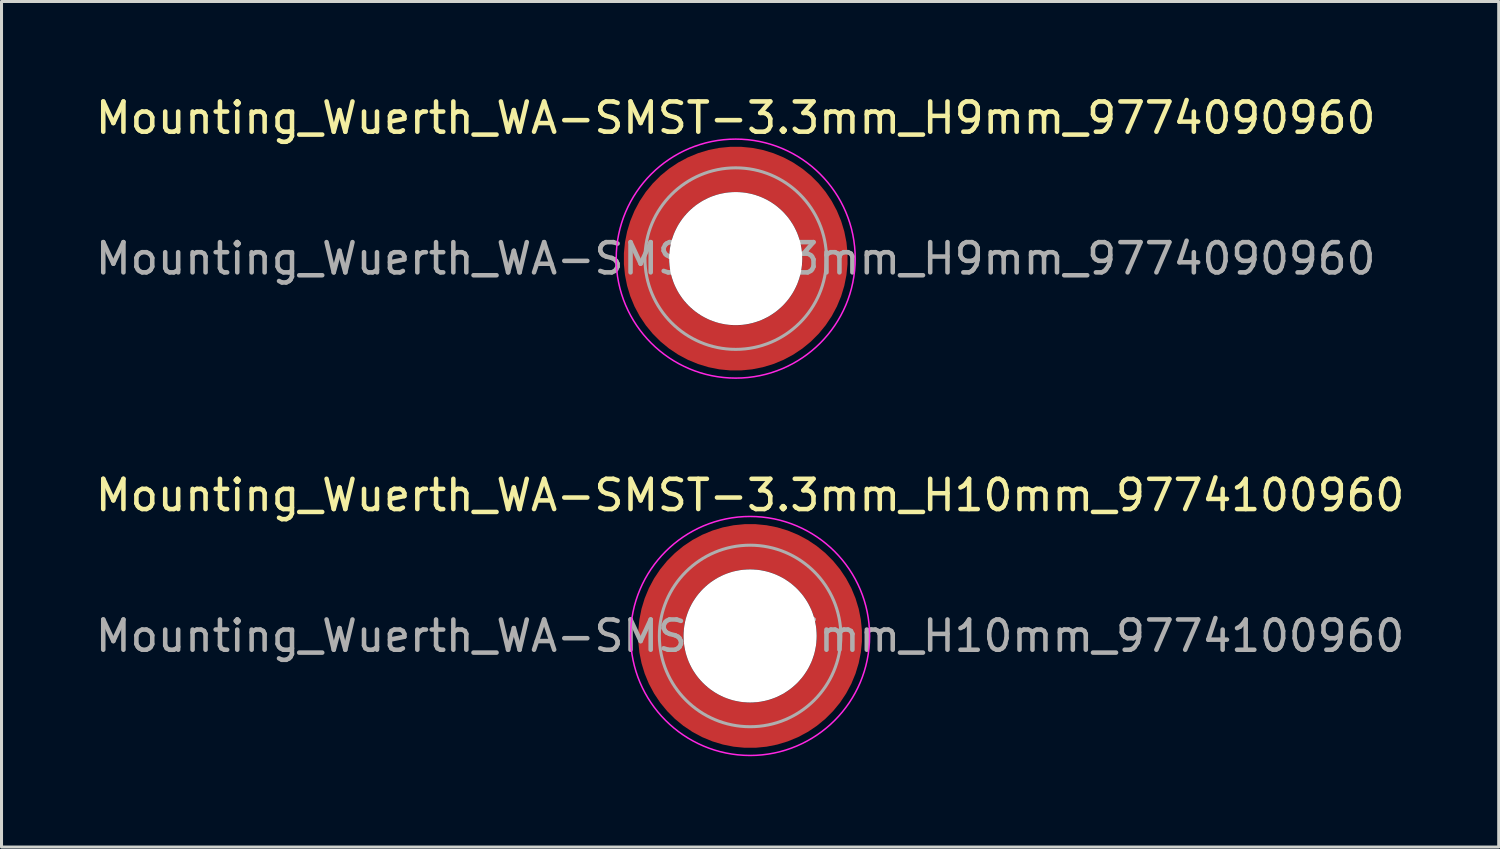
<source format=kicad_pcb>
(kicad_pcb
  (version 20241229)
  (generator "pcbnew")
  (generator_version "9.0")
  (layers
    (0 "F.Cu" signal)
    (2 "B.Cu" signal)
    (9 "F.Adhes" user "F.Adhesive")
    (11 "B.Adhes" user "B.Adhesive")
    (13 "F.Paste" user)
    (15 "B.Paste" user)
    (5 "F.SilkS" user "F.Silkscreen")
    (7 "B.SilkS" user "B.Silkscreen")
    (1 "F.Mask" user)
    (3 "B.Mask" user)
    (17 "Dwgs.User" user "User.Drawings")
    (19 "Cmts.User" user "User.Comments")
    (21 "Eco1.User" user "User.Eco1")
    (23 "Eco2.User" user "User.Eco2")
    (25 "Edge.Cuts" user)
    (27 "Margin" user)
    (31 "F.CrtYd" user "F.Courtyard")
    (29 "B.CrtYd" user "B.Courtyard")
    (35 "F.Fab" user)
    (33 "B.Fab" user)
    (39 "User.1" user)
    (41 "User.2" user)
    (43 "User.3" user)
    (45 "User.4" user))
  (footprint "Mounting_Wuerth_WA-SMST-3.3mm_H9mm_9774090960"
    (layer "F.Cu")
    (at 21.268 5.498)
    (property "Reference" "Mounting_Wuerth_WA-SMST-3.3mm_H9mm_9774090960" (at 0 -4.65 0) (layer "F.SilkS") (effects (font (size 1 1) (thickness 0.15))))
    (property "Mouser Part no." "" (at 0 0 0) (layer "F.Fab") (effects (font (size 1.27 1.27) (thickness 0.15))))
    (property "Mouser link" "" (at 0 0 0) (layer "F.Fab") (effects (font (size 1.27 1.27) (thickness 0.15))))
    (attr smd)
    (fp_circle (center 0 0) (end 3.95 0) (stroke (width 0.05) (type solid)) (fill no) (layer "F.CrtYd"))
    (fp_circle (center 0 0) (end 3 0) (stroke (width 0.1) (type solid)) (fill no) (layer "F.Fab"))
    (fp_text user "${REFERENCE}" (at 0 0 0) (layer "F.Fab") (effects (font (size 1 1) (thickness 0.15))))
    (pad "" smd custom (at -2.058 -2.058) (size 0.7 0.7) (layers "F.Paste") (options (anchor circle)) (primitives (gr_arc (start -0.377294 1.707681) (mid 0.317579 0.318817) (end 1.705947 -0.377044) (width 0.2)) (gr_arc (start -0.478281 1.707681) (mid 0.246161 0.248814) (end 1.703965 -0.477765) (width 0.2)) (gr_arc (start -0.579192 1.707681) (mid 0.175492 0.178063) (end 1.704077 -0.578711) (width 0.2)) (gr_arc (start -0.680037 1.707681) (mid 0.105568 0.106564) (end 1.706284 -0.679858) (width 0.2)) (gr_arc (start -0.780822 1.707681) (mid 0.034627 0.036085) (end 1.705634 -0.780569) (width 0.2)) (gr_arc (start -0.881554 1.707681) (mid -0.035694 -0.035016) (end 1.706729 -0.881441) (width 0.2)) (gr_arc (start -0.982237 1.707681) (mid -0.107281 -0.10485) (end 1.704266 -0.981842) (width 0.2)) (gr_arc (start -1.082877 1.707681) (mid -0.178372 -0.175181) (end 1.703197 -1.082374) (width 0.2)) (gr_arc (start -1.183476 1.707681) (mid -0.248964 -0.246008) (end 1.703525 -1.183025) (width 0.2)) (gr_arc (start -1.28404 1.707681) (mid -0.319062 -0.317333) (end 1.70525 -1.283784) (width 0.2)) (gr_line (start 1.708 -0.377) (end 1.708 -1.284) (width 0.2)) (gr_line (start -0.377 1.708) (end -1.284 1.708) (width 0.2))))
    (pad "" smd custom (at -2.058 2.058) (size 0.7 0.7) (layers "F.Paste") (options (anchor circle)) (primitives (gr_arc (start 1.707681 0.377294) (mid 0.318817 -0.317579) (end -0.377044 -1.705947) (width 0.2)) (gr_arc (start 1.707681 0.478281) (mid 0.248814 -0.246161) (end -0.477765 -1.703965) (width 0.2)) (gr_arc (start 1.707681 0.579192) (mid 0.178063 -0.175492) (end -0.578711 -1.704077) (width 0.2)) (gr_arc (start 1.707681 0.680037) (mid 0.106564 -0.105568) (end -0.679858 -1.706284) (width 0.2)) (gr_arc (start 1.707681 0.780822) (mid 0.036085 -0.034627) (end -0.780569 -1.705634) (width 0.2)) (gr_arc (start 1.707681 0.881554) (mid -0.035016 0.035694) (end -0.881441 -1.706729) (width 0.2)) (gr_arc (start 1.707681 0.982237) (mid -0.10485 0.107281) (end -0.981842 -1.704266) (width 0.2)) (gr_arc (start 1.707681 1.082877) (mid -0.175181 0.178372) (end -1.082374 -1.703197) (width 0.2)) (gr_arc (start 1.707681 1.183476) (mid -0.246008 0.248964) (end -1.183025 -1.703525) (width 0.2)) (gr_arc (start 1.707681 1.28404) (mid -0.317333 0.319062) (end -1.283784 -1.70525) (width 0.2)) (gr_line (start -0.377 -1.708) (end -1.284 -1.708) (width 0.2)) (gr_line (start 1.708 0.377) (end 1.708 1.284) (width 0.2))))
    (pad "" np_thru_hole circle (at 0 0) (size 4.4 4.4) (drill 4.4) (layers "*.Cu" "*.Mask"))
    (pad "" smd custom (at 2.058 -2.058) (size 0.7 0.7) (layers "F.Paste") (options (anchor circle)) (primitives (gr_arc (start -1.707681 -0.377294) (mid -0.318817 0.317579) (end 0.377044 1.705947) (width 0.2)) (gr_arc (start -1.707681 -0.478281) (mid -0.248814 0.246161) (end 0.477765 1.703965) (width 0.2)) (gr_arc (start -1.707681 -0.579192) (mid -0.178063 0.175492) (end 0.578711 1.704077) (width 0.2)) (gr_arc (start -1.707681 -0.680037) (mid -0.106564 0.105568) (end 0.679858 1.706284) (width 0.2)) (gr_arc (start -1.707681 -0.780822) (mid -0.036085 0.034627) (end 0.780569 1.705634) (width 0.2)) (gr_arc (start -1.707681 -0.881554) (mid 0.035016 -0.035694) (end 0.881441 1.706729) (width 0.2)) (gr_arc (start -1.707681 -0.982237) (mid 0.10485 -0.107281) (end 0.981842 1.704266) (width 0.2)) (gr_arc (start -1.707681 -1.082877) (mid 0.175181 -0.178372) (end 1.082374 1.703197) (width 0.2)) (gr_arc (start -1.707681 -1.183476) (mid 0.246008 -0.248964) (end 1.183025 1.703525) (width 0.2)) (gr_arc (start -1.707681 -1.28404) (mid 0.317333 -0.319062) (end 1.283784 1.70525) (width 0.2)) (gr_line (start 0.377 1.708) (end 1.284 1.708) (width 0.2)) (gr_line (start -1.708 -0.377) (end -1.708 -1.284) (width 0.2))))
    (pad "" smd custom (at 2.058 2.058) (size 0.7 0.7) (layers "F.Paste") (options (anchor circle)) (primitives (gr_arc (start 0.377294 -1.707681) (mid -0.317579 -0.318817) (end -1.705947 0.377044) (width 0.2)) (gr_arc (start 0.478281 -1.707681) (mid -0.246161 -0.248814) (end -1.703965 0.477765) (width 0.2)) (gr_arc (start 0.579192 -1.707681) (mid -0.175492 -0.178063) (end -1.704077 0.578711) (width 0.2)) (gr_arc (start 0.680037 -1.707681) (mid -0.105568 -0.106564) (end -1.706284 0.679858) (width 0.2)) (gr_arc (start 0.780822 -1.707681) (mid -0.034627 -0.036085) (end -1.705634 0.780569) (width 0.2)) (gr_arc (start 0.881554 -1.707681) (mid 0.035694 0.035016) (end -1.706729 0.881441) (width 0.2)) (gr_arc (start 0.982237 -1.707681) (mid 0.107281 0.10485) (end -1.704266 0.981842) (width 0.2)) (gr_arc (start 1.082877 -1.707681) (mid 0.178372 0.175181) (end -1.703197 1.082374) (width 0.2)) (gr_arc (start 1.183476 -1.707681) (mid 0.248964 0.246008) (end -1.703525 1.183025) (width 0.2)) (gr_arc (start 1.28404 -1.707681) (mid 0.319062 0.317333) (end -1.70525 1.283784) (width 0.2)) (gr_line (start -1.708 0.377) (end -1.708 1.284) (width 0.2)) (gr_line (start 0.377 -1.708) (end 1.284 -1.708) (width 0.2))))
    (pad "1" smd circle (at -2.95 0) (size 1.1 1.1) (layers "F.Cu"))
    (pad "1" smd circle (at 0 -2.95) (size 1.1 1.1) (layers "F.Cu"))
    (pad "1" smd circle (at 0 2.95) (size 1.1 1.1) (layers "F.Cu"))
    (pad "1" smd custom (at 2.95 0) (size 1.1 1.1) (layers "F.Cu" "F.Mask") (options (anchor circle)) (primitives (gr_circle (center -2.95 0) (end 0 0) (width 1.5) (fill no)))))
  (footprint "Mounting_Wuerth_WA-SMST-3.3mm_H10mm_9774100960"
    (layer "F.Cu")
    (at 21.744 17.971)
    (property "Reference" "Mounting_Wuerth_WA-SMST-3.3mm_H10mm_9774100960" (at 0 -4.65 0) (layer "F.SilkS") (effects (font (size 1 1) (thickness 0.15))))
    (property "Mouser Part no." "" (at 0 0 0) (layer "F.Fab") (effects (font (size 1.27 1.27) (thickness 0.15))))
    (property "Mouser link" "" (at 0 0 0) (layer "F.Fab") (effects (font (size 1.27 1.27) (thickness 0.15))))
    (attr smd)
    (fp_circle (center 0 0) (end 3.95 0) (stroke (width 0.05) (type solid)) (fill no) (layer "F.CrtYd"))
    (fp_circle (center 0 0) (end 3 0) (stroke (width 0.1) (type solid)) (fill no) (layer "F.Fab"))
    (fp_text user "${REFERENCE}" (at 0 0 0) (layer "F.Fab") (effects (font (size 1 1) (thickness 0.15))))
    (pad "" smd custom (at -2.058 -2.058) (size 0.7 0.7) (layers "F.Paste") (options (anchor circle)) (primitives (gr_arc (start -0.377294 1.707681) (mid 0.317579 0.318817) (end 1.705947 -0.377044) (width 0.2)) (gr_arc (start -0.478281 1.707681) (mid 0.246161 0.248814) (end 1.703965 -0.477765) (width 0.2)) (gr_arc (start -0.579192 1.707681) (mid 0.175492 0.178063) (end 1.704077 -0.578711) (width 0.2)) (gr_arc (start -0.680037 1.707681) (mid 0.105568 0.106564) (end 1.706284 -0.679858) (width 0.2)) (gr_arc (start -0.780822 1.707681) (mid 0.034627 0.036085) (end 1.705634 -0.780569) (width 0.2)) (gr_arc (start -0.881554 1.707681) (mid -0.035694 -0.035016) (end 1.706729 -0.881441) (width 0.2)) (gr_arc (start -0.982237 1.707681) (mid -0.107281 -0.10485) (end 1.704266 -0.981842) (width 0.2)) (gr_arc (start -1.082877 1.707681) (mid -0.178372 -0.175181) (end 1.703197 -1.082374) (width 0.2)) (gr_arc (start -1.183476 1.707681) (mid -0.248964 -0.246008) (end 1.703525 -1.183025) (width 0.2)) (gr_arc (start -1.28404 1.707681) (mid -0.319062 -0.317333) (end 1.70525 -1.283784) (width 0.2)) (gr_line (start 1.708 -0.377) (end 1.708 -1.284) (width 0.2)) (gr_line (start -0.377 1.708) (end -1.284 1.708) (width 0.2))))
    (pad "" smd custom (at -2.058 2.058) (size 0.7 0.7) (layers "F.Paste") (options (anchor circle)) (primitives (gr_arc (start 1.707681 0.377294) (mid 0.318817 -0.317579) (end -0.377044 -1.705947) (width 0.2)) (gr_arc (start 1.707681 0.478281) (mid 0.248814 -0.246161) (end -0.477765 -1.703965) (width 0.2)) (gr_arc (start 1.707681 0.579192) (mid 0.178063 -0.175492) (end -0.578711 -1.704077) (width 0.2)) (gr_arc (start 1.707681 0.680037) (mid 0.106564 -0.105568) (end -0.679858 -1.706284) (width 0.2)) (gr_arc (start 1.707681 0.780822) (mid 0.036085 -0.034627) (end -0.780569 -1.705634) (width 0.2)) (gr_arc (start 1.707681 0.881554) (mid -0.035016 0.035694) (end -0.881441 -1.706729) (width 0.2)) (gr_arc (start 1.707681 0.982237) (mid -0.10485 0.107281) (end -0.981842 -1.704266) (width 0.2)) (gr_arc (start 1.707681 1.082877) (mid -0.175181 0.178372) (end -1.082374 -1.703197) (width 0.2)) (gr_arc (start 1.707681 1.183476) (mid -0.246008 0.248964) (end -1.183025 -1.703525) (width 0.2)) (gr_arc (start 1.707681 1.28404) (mid -0.317333 0.319062) (end -1.283784 -1.70525) (width 0.2)) (gr_line (start -0.377 -1.708) (end -1.284 -1.708) (width 0.2)) (gr_line (start 1.708 0.377) (end 1.708 1.284) (width 0.2))))
    (pad "" np_thru_hole circle (at 0 0) (size 4.4 4.4) (drill 4.4) (layers "*.Cu" "*.Mask"))
    (pad "" smd custom (at 2.058 -2.058) (size 0.7 0.7) (layers "F.Paste") (options (anchor circle)) (primitives (gr_arc (start -1.707681 -0.377294) (mid -0.318817 0.317579) (end 0.377044 1.705947) (width 0.2)) (gr_arc (start -1.707681 -0.478281) (mid -0.248814 0.246161) (end 0.477765 1.703965) (width 0.2)) (gr_arc (start -1.707681 -0.579192) (mid -0.178063 0.175492) (end 0.578711 1.704077) (width 0.2)) (gr_arc (start -1.707681 -0.680037) (mid -0.106564 0.105568) (end 0.679858 1.706284) (width 0.2)) (gr_arc (start -1.707681 -0.780822) (mid -0.036085 0.034627) (end 0.780569 1.705634) (width 0.2)) (gr_arc (start -1.707681 -0.881554) (mid 0.035016 -0.035694) (end 0.881441 1.706729) (width 0.2)) (gr_arc (start -1.707681 -0.982237) (mid 0.10485 -0.107281) (end 0.981842 1.704266) (width 0.2)) (gr_arc (start -1.707681 -1.082877) (mid 0.175181 -0.178372) (end 1.082374 1.703197) (width 0.2)) (gr_arc (start -1.707681 -1.183476) (mid 0.246008 -0.248964) (end 1.183025 1.703525) (width 0.2)) (gr_arc (start -1.707681 -1.28404) (mid 0.317333 -0.319062) (end 1.283784 1.70525) (width 0.2)) (gr_line (start 0.377 1.708) (end 1.284 1.708) (width 0.2)) (gr_line (start -1.708 -0.377) (end -1.708 -1.284) (width 0.2))))
    (pad "" smd custom (at 2.058 2.058) (size 0.7 0.7) (layers "F.Paste") (options (anchor circle)) (primitives (gr_arc (start 0.377294 -1.707681) (mid -0.317579 -0.318817) (end -1.705947 0.377044) (width 0.2)) (gr_arc (start 0.478281 -1.707681) (mid -0.246161 -0.248814) (end -1.703965 0.477765) (width 0.2)) (gr_arc (start 0.579192 -1.707681) (mid -0.175492 -0.178063) (end -1.704077 0.578711) (width 0.2)) (gr_arc (start 0.680037 -1.707681) (mid -0.105568 -0.106564) (end -1.706284 0.679858) (width 0.2)) (gr_arc (start 0.780822 -1.707681) (mid -0.034627 -0.036085) (end -1.705634 0.780569) (width 0.2)) (gr_arc (start 0.881554 -1.707681) (mid 0.035694 0.035016) (end -1.706729 0.881441) (width 0.2)) (gr_arc (start 0.982237 -1.707681) (mid 0.107281 0.10485) (end -1.704266 0.981842) (width 0.2)) (gr_arc (start 1.082877 -1.707681) (mid 0.178372 0.175181) (end -1.703197 1.082374) (width 0.2)) (gr_arc (start 1.183476 -1.707681) (mid 0.248964 0.246008) (end -1.703525 1.183025) (width 0.2)) (gr_arc (start 1.28404 -1.707681) (mid 0.319062 0.317333) (end -1.70525 1.283784) (width 0.2)) (gr_line (start -1.708 0.377) (end -1.708 1.284) (width 0.2)) (gr_line (start 0.377 -1.708) (end 1.284 -1.708) (width 0.2))))
    (pad "1" smd circle (at -2.95 0) (size 1.1 1.1) (layers "F.Cu"))
    (pad "1" smd circle (at 0 -2.95) (size 1.1 1.1) (layers "F.Cu"))
    (pad "1" smd circle (at 0 2.95) (size 1.1 1.1) (layers "F.Cu"))
    (pad "1" smd custom (at 2.95 0) (size 1.1 1.1) (layers "F.Cu" "F.Mask") (options (anchor circle)) (primitives (gr_circle (center -2.95 0) (end 0 0) (width 1.5) (fill no)))))
  (gr_rect
    (start -3 -3)
    (end 46.488 24.947)
    (stroke (width 0.1) (type default))
    (fill no)
    (layer "Edge.Cuts")))
</source>
